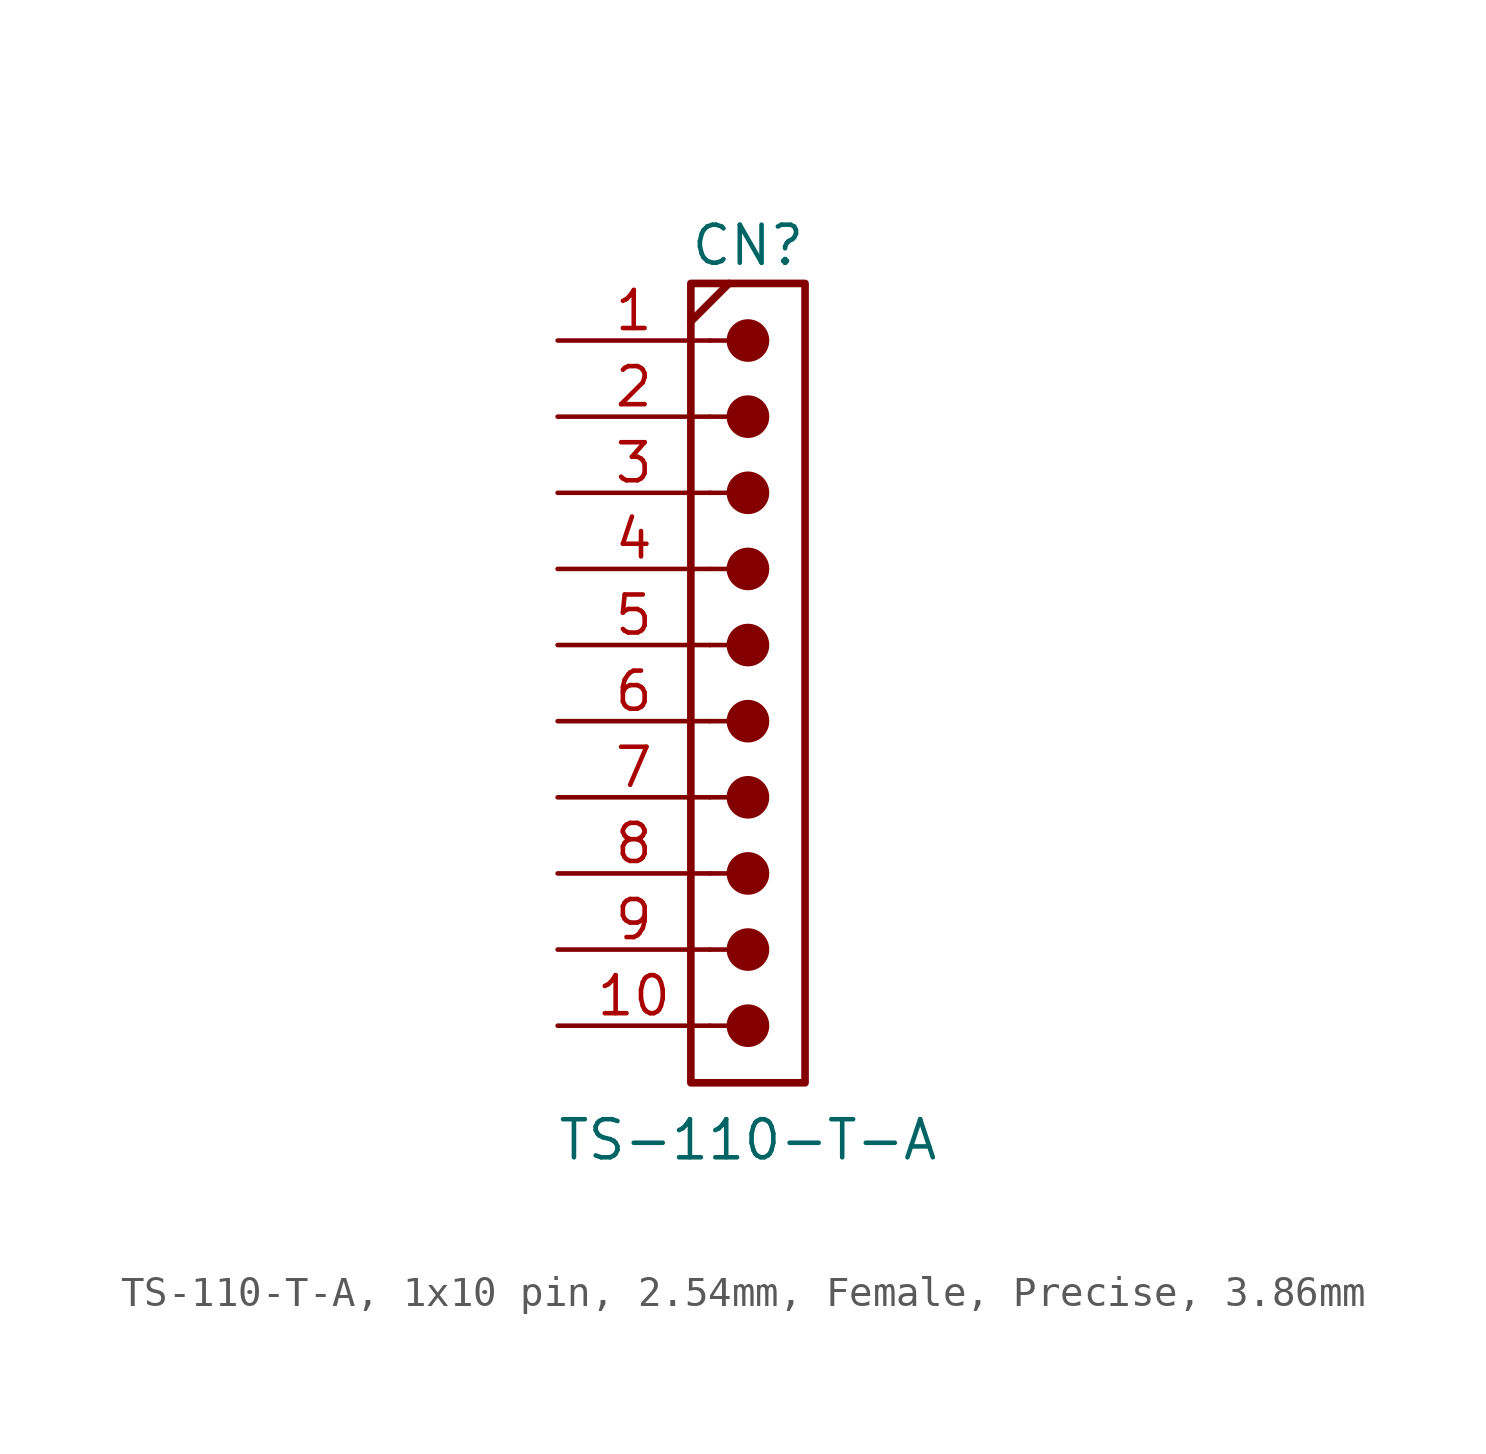
<source format=kicad_sym>
(kicad_symbol_lib
  (version 20241209)
  (generator "kicad_symbol_editor")
  (generator_version "9.0")
  (symbol "TS-110-T-A, 1x10 pin, 2.54mm, Female, Precise, 3.86mm"
    (pin_names
      (offset 1.016)
      (hide yes))
    (property "Reference" "CN"
      (at 0 14.605 0)
      (effects (font (size 1.27 1.27))))
    (property "Value" "TS-110-T-A"
      (at 0 -15.24 0)
      (effects (font (size 1.27 1.27))))
    (symbol "TS-110-T-A, 1x10 pin, 2.54mm, Female, Precise, 3.86mm_1_0"
      (polyline (pts (xy -1.905 12.065) (xy -0.635 13.335)) (stroke (width 0.254) (type default)) (fill (type none)))
      (polyline (pts (xy -1.27 11.43) (xy -0.635 11.43)) (stroke (width 0) (type default)) (fill (type none)))
      (polyline (pts (xy -1.27 8.89) (xy -0.635 8.89)) (stroke (width 0) (type default)) (fill (type none)))
      (polyline (pts (xy -1.27 6.35) (xy -0.635 6.35)) (stroke (width 0) (type default)) (fill (type none)))
      (polyline (pts (xy -1.27 3.81) (xy -0.635 3.81)) (stroke (width 0) (type default)) (fill (type none)))
      (polyline (pts (xy -1.27 1.27) (xy -0.635 1.27)) (stroke (width 0) (type default)) (fill (type none)))
      (polyline (pts (xy -1.27 -1.27) (xy -0.635 -1.27)) (stroke (width 0) (type default)) (fill (type none)))
      (polyline (pts (xy -1.27 -3.81) (xy -0.635 -3.81)) (stroke (width 0) (type default)) (fill (type none)))
      (polyline (pts (xy -1.27 -6.35) (xy -0.635 -6.35)) (stroke (width 0) (type default)) (fill (type none)))
      (polyline (pts (xy -1.27 -8.89) (xy -0.635 -8.89)) (stroke (width 0) (type default)) (fill (type none)))
      (polyline (pts (xy -1.27 -11.43) (xy -0.635 -11.43)) (stroke (width 0) (type default)) (fill (type none))))
    (symbol "TS-110-T-A, 1x10 pin, 2.54mm, Female, Precise, 3.86mm_1_1"
      (rectangle (start -1.905 13.335) (end 1.905 -13.335) (stroke (width 0.254) (type default)) (fill (type none)))
      (circle (center 0 11.43) (radius 0.635) (stroke (width 0) (type default)) (fill (type outline)))
      (circle (center 0 8.89) (radius 0.635) (stroke (width 0) (type default)) (fill (type outline)))
      (circle (center 0 6.35) (radius 0.635) (stroke (width 0) (type default)) (fill (type outline)))
      (circle (center 0 3.81) (radius 0.635) (stroke (width 0) (type default)) (fill (type outline)))
      (circle (center 0 1.27) (radius 0.635) (stroke (width 0) (type default)) (fill (type outline)))
      (circle (center 0 -1.27) (radius 0.635) (stroke (width 0) (type default)) (fill (type outline)))
      (circle (center 0 -3.81) (radius 0.635) (stroke (width 0) (type default)) (fill (type outline)))
      (circle (center 0 -6.35) (radius 0.635) (stroke (width 0) (type default)) (fill (type outline)))
      (circle (center 0 -8.89) (radius 0.635) (stroke (width 0) (type default)) (fill (type outline)))
      (circle (center 0 -11.43) (radius 0.635) (stroke (width 0) (type default)) (fill (type outline)))
      (pin passive line (at -6.35 11.43 0) (length 5.08) (name "1" (effects (font (size 1.27 1.27)))) (number "1" (effects (font (size 1.27 1.27)))))
      (pin passive line (at -6.35 8.89 0) (length 5.08) (name "2" (effects (font (size 1.27 1.27)))) (number "2" (effects (font (size 1.27 1.27)))))
      (pin passive line (at -6.35 6.35 0) (length 5.08) (name "3" (effects (font (size 1.27 1.27)))) (number "3" (effects (font (size 1.27 1.27)))))
      (pin passive line (at -6.35 3.81 0) (length 5.08) (name "4" (effects (font (size 1.27 1.27)))) (number "4" (effects (font (size 1.27 1.27)))))
      (pin passive line (at -6.35 1.27 0) (length 5.08) (name "4" (effects (font (size 1.27 1.27)))) (number "5" (effects (font (size 1.27 1.27)))))
      (pin passive line (at -6.35 -1.27 0) (length 5.08) (name "4" (effects (font (size 1.27 1.27)))) (number "6" (effects (font (size 1.27 1.27)))))
      (pin passive line (at -6.35 -3.81 0) (length 5.08) (name "4" (effects (font (size 1.27 1.27)))) (number "7" (effects (font (size 1.27 1.27)))))
      (pin passive line (at -6.35 -6.35 0) (length 5.08) (name "4" (effects (font (size 1.27 1.27)))) (number "8" (effects (font (size 1.27 1.27)))))
      (pin passive line (at -6.35 -8.89 0) (length 5.08) (name "4" (effects (font (size 1.27 1.27)))) (number "9" (effects (font (size 1.27 1.27)))))
      (pin passive line (at -6.35 -11.43 0) (length 5.08) (name "4" (effects (font (size 1.27 1.27)))) (number "10" (effects (font (size 1.27 1.27))))))))
</source>
